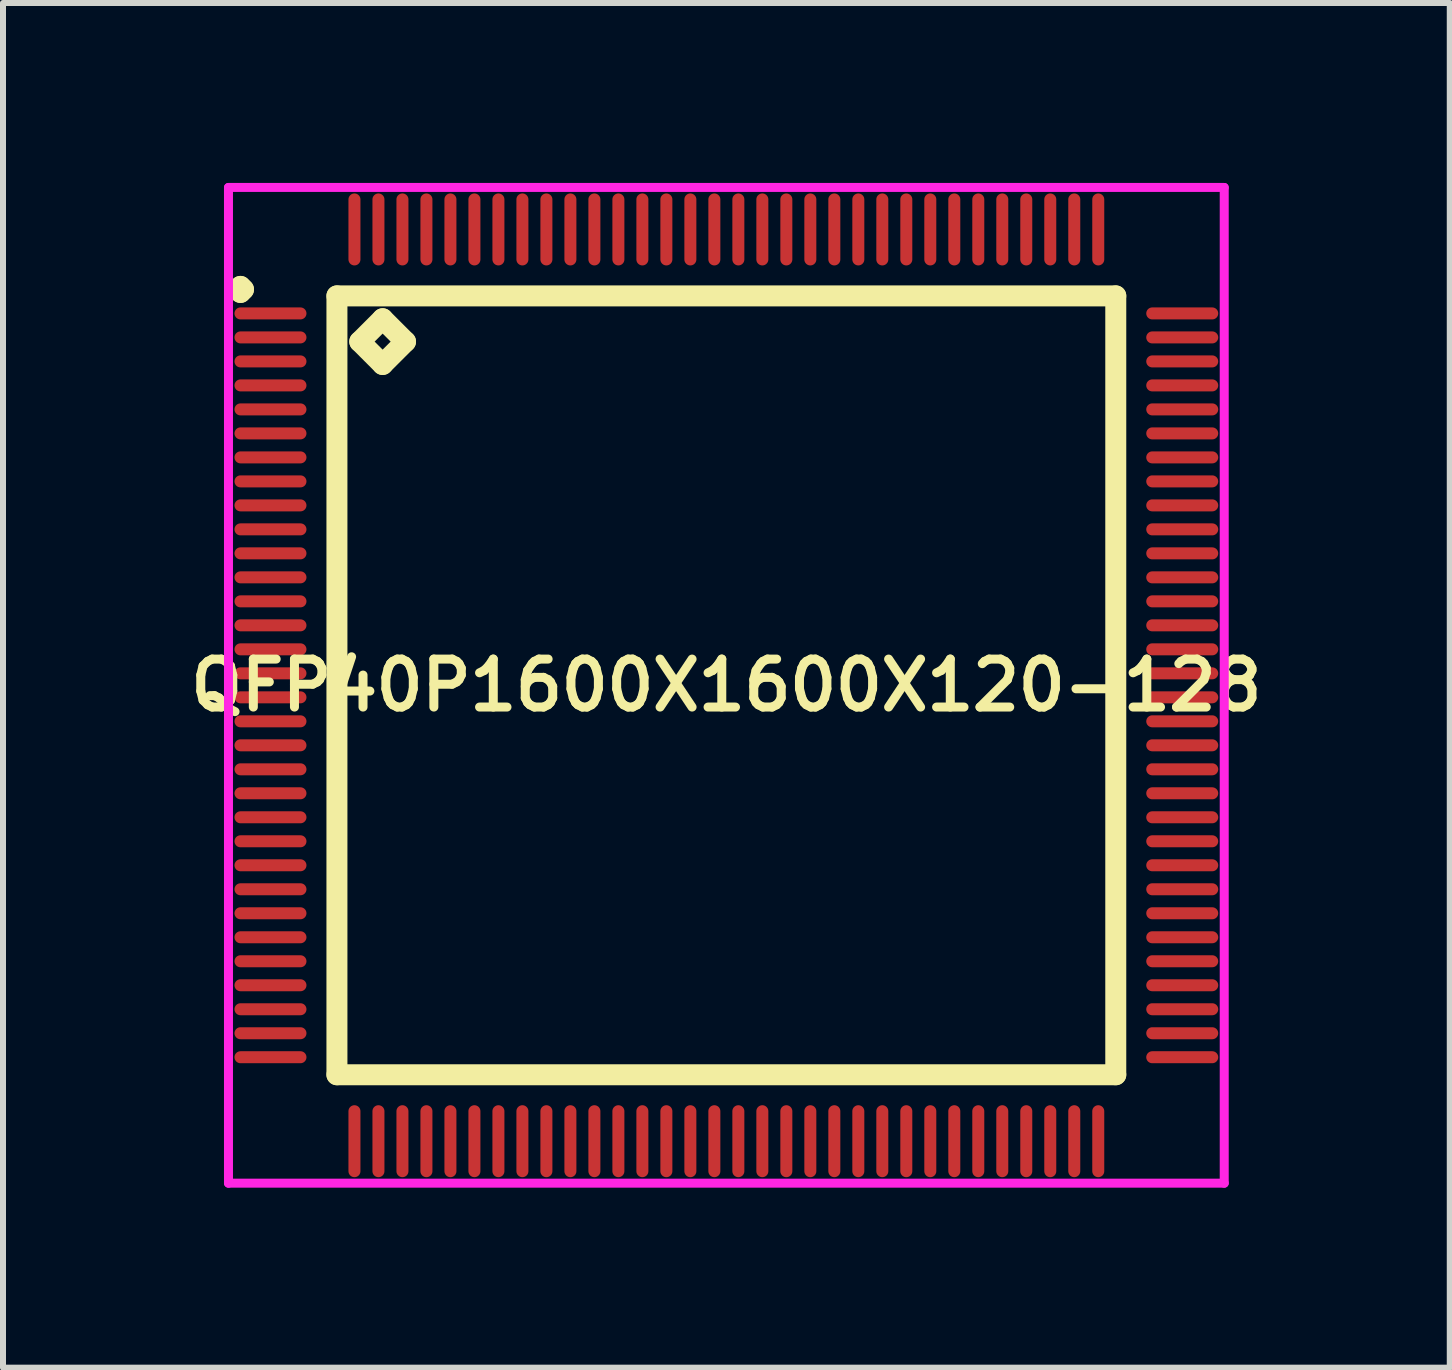
<source format=kicad_pcb>
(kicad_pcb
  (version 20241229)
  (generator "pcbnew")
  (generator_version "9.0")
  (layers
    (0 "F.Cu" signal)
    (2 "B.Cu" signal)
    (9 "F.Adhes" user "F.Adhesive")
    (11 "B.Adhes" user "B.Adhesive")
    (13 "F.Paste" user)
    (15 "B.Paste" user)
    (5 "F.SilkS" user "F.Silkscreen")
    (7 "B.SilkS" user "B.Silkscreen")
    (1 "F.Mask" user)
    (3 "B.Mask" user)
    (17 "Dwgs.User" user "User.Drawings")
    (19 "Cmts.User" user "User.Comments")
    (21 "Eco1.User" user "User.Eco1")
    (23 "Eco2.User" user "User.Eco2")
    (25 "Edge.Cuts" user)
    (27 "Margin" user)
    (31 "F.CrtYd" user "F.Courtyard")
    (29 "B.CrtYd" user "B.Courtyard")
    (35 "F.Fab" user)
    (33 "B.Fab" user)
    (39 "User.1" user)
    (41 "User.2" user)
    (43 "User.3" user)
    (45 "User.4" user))
  (footprint "QFP40P1600X1600X120-128"
    (layer "F.Cu")
    (at 9.059 8.375)
    (property "Reference" "QFP40P1600X1600X120-128" (at 0 0 0) (layer "F.SilkS") (effects (font (size 0.8 0.8) (thickness 0.15))))
    (attr through_hole)
    (fp_line (start -8.15 -6.6) (end -8.1 -6.65) (stroke (width 0.35) (type solid)) (layer "F.SilkS"))
    (fp_line (start -8.1 -6.65) (end -8.05 -6.6) (stroke (width 0.35) (type solid)) (layer "F.SilkS"))
    (fp_line (start -8.1 -6.55) (end -8.15 -6.6) (stroke (width 0.35) (type solid)) (layer "F.SilkS"))
    (fp_line (start -8.05 -6.6) (end -8.1 -6.55) (stroke (width 0.35) (type solid)) (layer "F.SilkS"))
    (fp_line (start -6.492 -6.492) (end -6.492 6.492) (stroke (width 0.35) (type solid)) (layer "F.SilkS"))
    (fp_line (start -6.492 6.492) (end 6.492 6.492) (stroke (width 0.35) (type solid)) (layer "F.SilkS"))
    (fp_line (start -6.111 -5.73) (end -5.73 -6.111) (stroke (width 0.35) (type solid)) (layer "F.SilkS"))
    (fp_line (start -5.73 -6.111) (end -5.349 -5.73) (stroke (width 0.35) (type solid)) (layer "F.SilkS"))
    (fp_line (start -5.73 -5.349) (end -6.111 -5.73) (stroke (width 0.35) (type solid)) (layer "F.SilkS"))
    (fp_line (start -5.349 -5.73) (end -5.73 -5.349) (stroke (width 0.35) (type solid)) (layer "F.SilkS"))
    (fp_line (start 6.492 -6.492) (end -6.492 -6.492) (stroke (width 0.35) (type solid)) (layer "F.SilkS"))
    (fp_line (start 6.492 6.492) (end 6.492 -6.492) (stroke (width 0.35) (type solid)) (layer "F.SilkS"))
    (fp_line (start -8.3 -8.3) (end 8.3 -8.3) (stroke (width 0.15) (type solid)) (layer "F.CrtYd"))
    (fp_line (start -8.3 8.3) (end -8.3 -8.3) (stroke (width 0.15) (type solid)) (layer "F.CrtYd"))
    (fp_line (start 8.3 -8.3) (end 8.3 8.3) (stroke (width 0.15) (type solid)) (layer "F.CrtYd"))
    (fp_line (start 8.3 8.3) (end -8.3 8.3) (stroke (width 0.15) (type solid)) (layer "F.CrtYd"))
    (pad "1" smd oval (at -7.6 -6.2) (size 1.2 0.2) (layers "F.Cu" "F.Mask" "F.Paste"))
    (pad "2" smd oval (at -7.6 -5.8) (size 1.2 0.2) (layers "F.Cu" "F.Mask" "F.Paste"))
    (pad "3" smd oval (at -7.6 -5.4) (size 1.2 0.2) (layers "F.Cu" "F.Mask" "F.Paste"))
    (pad "4" smd oval (at -7.6 -5) (size 1.2 0.2) (layers "F.Cu" "F.Mask" "F.Paste"))
    (pad "5" smd oval (at -7.6 -4.6) (size 1.2 0.2) (layers "F.Cu" "F.Mask" "F.Paste"))
    (pad "6" smd oval (at -7.6 -4.2) (size 1.2 0.2) (layers "F.Cu" "F.Mask" "F.Paste"))
    (pad "7" smd oval (at -7.6 -3.8) (size 1.2 0.2) (layers "F.Cu" "F.Mask" "F.Paste"))
    (pad "8" smd oval (at -7.6 -3.4) (size 1.2 0.2) (layers "F.Cu" "F.Mask" "F.Paste"))
    (pad "9" smd oval (at -7.6 -3) (size 1.2 0.2) (layers "F.Cu" "F.Mask" "F.Paste"))
    (pad "10" smd oval (at -7.6 -2.6) (size 1.2 0.2) (layers "F.Cu" "F.Mask" "F.Paste"))
    (pad "11" smd oval (at -7.6 -2.2) (size 1.2 0.2) (layers "F.Cu" "F.Mask" "F.Paste"))
    (pad "12" smd oval (at -7.6 -1.8) (size 1.2 0.2) (layers "F.Cu" "F.Mask" "F.Paste"))
    (pad "13" smd oval (at -7.6 -1.4) (size 1.2 0.2) (layers "F.Cu" "F.Mask" "F.Paste"))
    (pad "14" smd oval (at -7.6 -1) (size 1.2 0.2) (layers "F.Cu" "F.Mask" "F.Paste"))
    (pad "15" smd oval (at -7.6 -0.6) (size 1.2 0.2) (layers "F.Cu" "F.Mask" "F.Paste"))
    (pad "16" smd oval (at -7.6 -0.2) (size 1.2 0.2) (layers "F.Cu" "F.Mask" "F.Paste"))
    (pad "17" smd oval (at -7.6 0.2) (size 1.2 0.2) (layers "F.Cu" "F.Mask" "F.Paste"))
    (pad "18" smd oval (at -7.6 0.6) (size 1.2 0.2) (layers "F.Cu" "F.Mask" "F.Paste"))
    (pad "19" smd oval (at -7.6 1) (size 1.2 0.2) (layers "F.Cu" "F.Mask" "F.Paste"))
    (pad "20" smd oval (at -7.6 1.4) (size 1.2 0.2) (layers "F.Cu" "F.Mask" "F.Paste"))
    (pad "21" smd oval (at -7.6 1.8) (size 1.2 0.2) (layers "F.Cu" "F.Mask" "F.Paste"))
    (pad "22" smd oval (at -7.6 2.2) (size 1.2 0.2) (layers "F.Cu" "F.Mask" "F.Paste"))
    (pad "23" smd oval (at -7.6 2.6) (size 1.2 0.2) (layers "F.Cu" "F.Mask" "F.Paste"))
    (pad "24" smd oval (at -7.6 3) (size 1.2 0.2) (layers "F.Cu" "F.Mask" "F.Paste"))
    (pad "25" smd oval (at -7.6 3.4) (size 1.2 0.2) (layers "F.Cu" "F.Mask" "F.Paste"))
    (pad "26" smd oval (at -7.6 3.8) (size 1.2 0.2) (layers "F.Cu" "F.Mask" "F.Paste"))
    (pad "27" smd oval (at -7.6 4.2) (size 1.2 0.2) (layers "F.Cu" "F.Mask" "F.Paste"))
    (pad "28" smd oval (at -7.6 4.6) (size 1.2 0.2) (layers "F.Cu" "F.Mask" "F.Paste"))
    (pad "29" smd oval (at -7.6 5) (size 1.2 0.2) (layers "F.Cu" "F.Mask" "F.Paste"))
    (pad "30" smd oval (at -7.6 5.4) (size 1.2 0.2) (layers "F.Cu" "F.Mask" "F.Paste"))
    (pad "31" smd oval (at -7.6 5.8) (size 1.2 0.2) (layers "F.Cu" "F.Mask" "F.Paste"))
    (pad "32" smd oval (at -7.6 6.2) (size 1.2 0.2) (layers "F.Cu" "F.Mask" "F.Paste"))
    (pad "33" smd oval (at -6.2 7.6) (size 0.2 1.2) (layers "F.Cu" "F.Mask" "F.Paste"))
    (pad "34" smd oval (at -5.8 7.6) (size 0.2 1.2) (layers "F.Cu" "F.Mask" "F.Paste"))
    (pad "35" smd oval (at -5.4 7.6) (size 0.2 1.2) (layers "F.Cu" "F.Mask" "F.Paste"))
    (pad "36" smd oval (at -5 7.6) (size 0.2 1.2) (layers "F.Cu" "F.Mask" "F.Paste"))
    (pad "37" smd oval (at -4.6 7.6) (size 0.2 1.2) (layers "F.Cu" "F.Mask" "F.Paste"))
    (pad "38" smd oval (at -4.2 7.6) (size 0.2 1.2) (layers "F.Cu" "F.Mask" "F.Paste"))
    (pad "39" smd oval (at -3.8 7.6) (size 0.2 1.2) (layers "F.Cu" "F.Mask" "F.Paste"))
    (pad "40" smd oval (at -3.4 7.6) (size 0.2 1.2) (layers "F.Cu" "F.Mask" "F.Paste"))
    (pad "41" smd oval (at -3 7.6) (size 0.2 1.2) (layers "F.Cu" "F.Mask" "F.Paste"))
    (pad "42" smd oval (at -2.6 7.6) (size 0.2 1.2) (layers "F.Cu" "F.Mask" "F.Paste"))
    (pad "43" smd oval (at -2.2 7.6) (size 0.2 1.2) (layers "F.Cu" "F.Mask" "F.Paste"))
    (pad "44" smd oval (at -1.8 7.6) (size 0.2 1.2) (layers "F.Cu" "F.Mask" "F.Paste"))
    (pad "45" smd oval (at -1.4 7.6) (size 0.2 1.2) (layers "F.Cu" "F.Mask" "F.Paste"))
    (pad "46" smd oval (at -1 7.6) (size 0.2 1.2) (layers "F.Cu" "F.Mask" "F.Paste"))
    (pad "47" smd oval (at -0.6 7.6) (size 0.2 1.2) (layers "F.Cu" "F.Mask" "F.Paste"))
    (pad "48" smd oval (at -0.2 7.6) (size 0.2 1.2) (layers "F.Cu" "F.Mask" "F.Paste"))
    (pad "49" smd oval (at 0.2 7.6) (size 0.2 1.2) (layers "F.Cu" "F.Mask" "F.Paste"))
    (pad "50" smd oval (at 0.6 7.6) (size 0.2 1.2) (layers "F.Cu" "F.Mask" "F.Paste"))
    (pad "51" smd oval (at 1 7.6) (size 0.2 1.2) (layers "F.Cu" "F.Mask" "F.Paste"))
    (pad "52" smd oval (at 1.4 7.6) (size 0.2 1.2) (layers "F.Cu" "F.Mask" "F.Paste"))
    (pad "53" smd oval (at 1.8 7.6) (size 0.2 1.2) (layers "F.Cu" "F.Mask" "F.Paste"))
    (pad "54" smd oval (at 2.2 7.6) (size 0.2 1.2) (layers "F.Cu" "F.Mask" "F.Paste"))
    (pad "55" smd oval (at 2.6 7.6) (size 0.2 1.2) (layers "F.Cu" "F.Mask" "F.Paste"))
    (pad "56" smd oval (at 3 7.6) (size 0.2 1.2) (layers "F.Cu" "F.Mask" "F.Paste"))
    (pad "57" smd oval (at 3.4 7.6) (size 0.2 1.2) (layers "F.Cu" "F.Mask" "F.Paste"))
    (pad "58" smd oval (at 3.8 7.6) (size 0.2 1.2) (layers "F.Cu" "F.Mask" "F.Paste"))
    (pad "59" smd oval (at 4.2 7.6) (size 0.2 1.2) (layers "F.Cu" "F.Mask" "F.Paste"))
    (pad "60" smd oval (at 4.6 7.6) (size 0.2 1.2) (layers "F.Cu" "F.Mask" "F.Paste"))
    (pad "61" smd oval (at 5 7.6) (size 0.2 1.2) (layers "F.Cu" "F.Mask" "F.Paste"))
    (pad "62" smd oval (at 5.4 7.6) (size 0.2 1.2) (layers "F.Cu" "F.Mask" "F.Paste"))
    (pad "63" smd oval (at 5.8 7.6) (size 0.2 1.2) (layers "F.Cu" "F.Mask" "F.Paste"))
    (pad "64" smd oval (at 6.2 7.6) (size 0.2 1.2) (layers "F.Cu" "F.Mask" "F.Paste"))
    (pad "65" smd oval (at 7.6 6.2) (size 1.2 0.2) (layers "F.Cu" "F.Mask" "F.Paste"))
    (pad "66" smd oval (at 7.6 5.8) (size 1.2 0.2) (layers "F.Cu" "F.Mask" "F.Paste"))
    (pad "67" smd oval (at 7.6 5.4) (size 1.2 0.2) (layers "F.Cu" "F.Mask" "F.Paste"))
    (pad "68" smd oval (at 7.6 5) (size 1.2 0.2) (layers "F.Cu" "F.Mask" "F.Paste"))
    (pad "69" smd oval (at 7.6 4.6) (size 1.2 0.2) (layers "F.Cu" "F.Mask" "F.Paste"))
    (pad "70" smd oval (at 7.6 4.2) (size 1.2 0.2) (layers "F.Cu" "F.Mask" "F.Paste"))
    (pad "71" smd oval (at 7.6 3.8) (size 1.2 0.2) (layers "F.Cu" "F.Mask" "F.Paste"))
    (pad "72" smd oval (at 7.6 3.4) (size 1.2 0.2) (layers "F.Cu" "F.Mask" "F.Paste"))
    (pad "73" smd oval (at 7.6 3) (size 1.2 0.2) (layers "F.Cu" "F.Mask" "F.Paste"))
    (pad "74" smd oval (at 7.6 2.6) (size 1.2 0.2) (layers "F.Cu" "F.Mask" "F.Paste"))
    (pad "75" smd oval (at 7.6 2.2) (size 1.2 0.2) (layers "F.Cu" "F.Mask" "F.Paste"))
    (pad "76" smd oval (at 7.6 1.8) (size 1.2 0.2) (layers "F.Cu" "F.Mask" "F.Paste"))
    (pad "77" smd oval (at 7.6 1.4) (size 1.2 0.2) (layers "F.Cu" "F.Mask" "F.Paste"))
    (pad "78" smd oval (at 7.6 1) (size 1.2 0.2) (layers "F.Cu" "F.Mask" "F.Paste"))
    (pad "79" smd oval (at 7.6 0.6) (size 1.2 0.2) (layers "F.Cu" "F.Mask" "F.Paste"))
    (pad "80" smd oval (at 7.6 0.2) (size 1.2 0.2) (layers "F.Cu" "F.Mask" "F.Paste"))
    (pad "81" smd oval (at 7.6 -0.2) (size 1.2 0.2) (layers "F.Cu" "F.Mask" "F.Paste"))
    (pad "82" smd oval (at 7.6 -0.6) (size 1.2 0.2) (layers "F.Cu" "F.Mask" "F.Paste"))
    (pad "83" smd oval (at 7.6 -1) (size 1.2 0.2) (layers "F.Cu" "F.Mask" "F.Paste"))
    (pad "84" smd oval (at 7.6 -1.4) (size 1.2 0.2) (layers "F.Cu" "F.Mask" "F.Paste"))
    (pad "85" smd oval (at 7.6 -1.8) (size 1.2 0.2) (layers "F.Cu" "F.Mask" "F.Paste"))
    (pad "86" smd oval (at 7.6 -2.2) (size 1.2 0.2) (layers "F.Cu" "F.Mask" "F.Paste"))
    (pad "87" smd oval (at 7.6 -2.6) (size 1.2 0.2) (layers "F.Cu" "F.Mask" "F.Paste"))
    (pad "88" smd oval (at 7.6 -3) (size 1.2 0.2) (layers "F.Cu" "F.Mask" "F.Paste"))
    (pad "89" smd oval (at 7.6 -3.4) (size 1.2 0.2) (layers "F.Cu" "F.Mask" "F.Paste"))
    (pad "90" smd oval (at 7.6 -3.8) (size 1.2 0.2) (layers "F.Cu" "F.Mask" "F.Paste"))
    (pad "91" smd oval (at 7.6 -4.2) (size 1.2 0.2) (layers "F.Cu" "F.Mask" "F.Paste"))
    (pad "92" smd oval (at 7.6 -4.6) (size 1.2 0.2) (layers "F.Cu" "F.Mask" "F.Paste"))
    (pad "93" smd oval (at 7.6 -5) (size 1.2 0.2) (layers "F.Cu" "F.Mask" "F.Paste"))
    (pad "94" smd oval (at 7.6 -5.4) (size 1.2 0.2) (layers "F.Cu" "F.Mask" "F.Paste"))
    (pad "95" smd oval (at 7.6 -5.8) (size 1.2 0.2) (layers "F.Cu" "F.Mask" "F.Paste"))
    (pad "96" smd oval (at 7.6 -6.2) (size 1.2 0.2) (layers "F.Cu" "F.Mask" "F.Paste"))
    (pad "97" smd oval (at 6.2 -7.6) (size 0.2 1.2) (layers "F.Cu" "F.Mask" "F.Paste"))
    (pad "98" smd oval (at 5.8 -7.6) (size 0.2 1.2) (layers "F.Cu" "F.Mask" "F.Paste"))
    (pad "99" smd oval (at 5.4 -7.6) (size 0.2 1.2) (layers "F.Cu" "F.Mask" "F.Paste"))
    (pad "100" smd oval (at 5 -7.6) (size 0.2 1.2) (layers "F.Cu" "F.Mask" "F.Paste"))
    (pad "101" smd oval (at 4.6 -7.6) (size 0.2 1.2) (layers "F.Cu" "F.Mask" "F.Paste"))
    (pad "102" smd oval (at 4.2 -7.6) (size 0.2 1.2) (layers "F.Cu" "F.Mask" "F.Paste"))
    (pad "103" smd oval (at 3.8 -7.6) (size 0.2 1.2) (layers "F.Cu" "F.Mask" "F.Paste"))
    (pad "104" smd oval (at 3.4 -7.6) (size 0.2 1.2) (layers "F.Cu" "F.Mask" "F.Paste"))
    (pad "105" smd oval (at 3 -7.6) (size 0.2 1.2) (layers "F.Cu" "F.Mask" "F.Paste"))
    (pad "106" smd oval (at 2.6 -7.6) (size 0.2 1.2) (layers "F.Cu" "F.Mask" "F.Paste"))
    (pad "107" smd oval (at 2.2 -7.6) (size 0.2 1.2) (layers "F.Cu" "F.Mask" "F.Paste"))
    (pad "108" smd oval (at 1.8 -7.6) (size 0.2 1.2) (layers "F.Cu" "F.Mask" "F.Paste"))
    (pad "109" smd oval (at 1.4 -7.6) (size 0.2 1.2) (layers "F.Cu" "F.Mask" "F.Paste"))
    (pad "110" smd oval (at 1 -7.6) (size 0.2 1.2) (layers "F.Cu" "F.Mask" "F.Paste"))
    (pad "111" smd oval (at 0.6 -7.6) (size 0.2 1.2) (layers "F.Cu" "F.Mask" "F.Paste"))
    (pad "112" smd oval (at 0.2 -7.6) (size 0.2 1.2) (layers "F.Cu" "F.Mask" "F.Paste"))
    (pad "113" smd oval (at -0.2 -7.6) (size 0.2 1.2) (layers "F.Cu" "F.Mask" "F.Paste"))
    (pad "114" smd oval (at -0.6 -7.6) (size 0.2 1.2) (layers "F.Cu" "F.Mask" "F.Paste"))
    (pad "115" smd oval (at -1 -7.6) (size 0.2 1.2) (layers "F.Cu" "F.Mask" "F.Paste"))
    (pad "116" smd oval (at -1.4 -7.6) (size 0.2 1.2) (layers "F.Cu" "F.Mask" "F.Paste"))
    (pad "117" smd oval (at -1.8 -7.6) (size 0.2 1.2) (layers "F.Cu" "F.Mask" "F.Paste"))
    (pad "118" smd oval (at -2.2 -7.6) (size 0.2 1.2) (layers "F.Cu" "F.Mask" "F.Paste"))
    (pad "119" smd oval (at -2.6 -7.6) (size 0.2 1.2) (layers "F.Cu" "F.Mask" "F.Paste"))
    (pad "120" smd oval (at -3 -7.6) (size 0.2 1.2) (layers "F.Cu" "F.Mask" "F.Paste"))
    (pad "121" smd oval (at -3.4 -7.6) (size 0.2 1.2) (layers "F.Cu" "F.Mask" "F.Paste"))
    (pad "122" smd oval (at -3.8 -7.6) (size 0.2 1.2) (layers "F.Cu" "F.Mask" "F.Paste"))
    (pad "123" smd oval (at -4.2 -7.6) (size 0.2 1.2) (layers "F.Cu" "F.Mask" "F.Paste"))
    (pad "124" smd oval (at -4.6 -7.6) (size 0.2 1.2) (layers "F.Cu" "F.Mask" "F.Paste"))
    (pad "125" smd oval (at -5 -7.6) (size 0.2 1.2) (layers "F.Cu" "F.Mask" "F.Paste"))
    (pad "126" smd oval (at -5.4 -7.6) (size 0.2 1.2) (layers "F.Cu" "F.Mask" "F.Paste"))
    (pad "127" smd oval (at -5.8 -7.6) (size 0.2 1.2) (layers "F.Cu" "F.Mask" "F.Paste"))
    (pad "128" smd oval (at -6.2 -7.6) (size 0.2 1.2) (layers "F.Cu" "F.Mask" "F.Paste")))
  (gr_rect
    (start -3 -3)
    (end 21.119 19.75)
    (stroke (width 0.1) (type default))
    (fill no)
    (layer "Edge.Cuts")))
</source>
